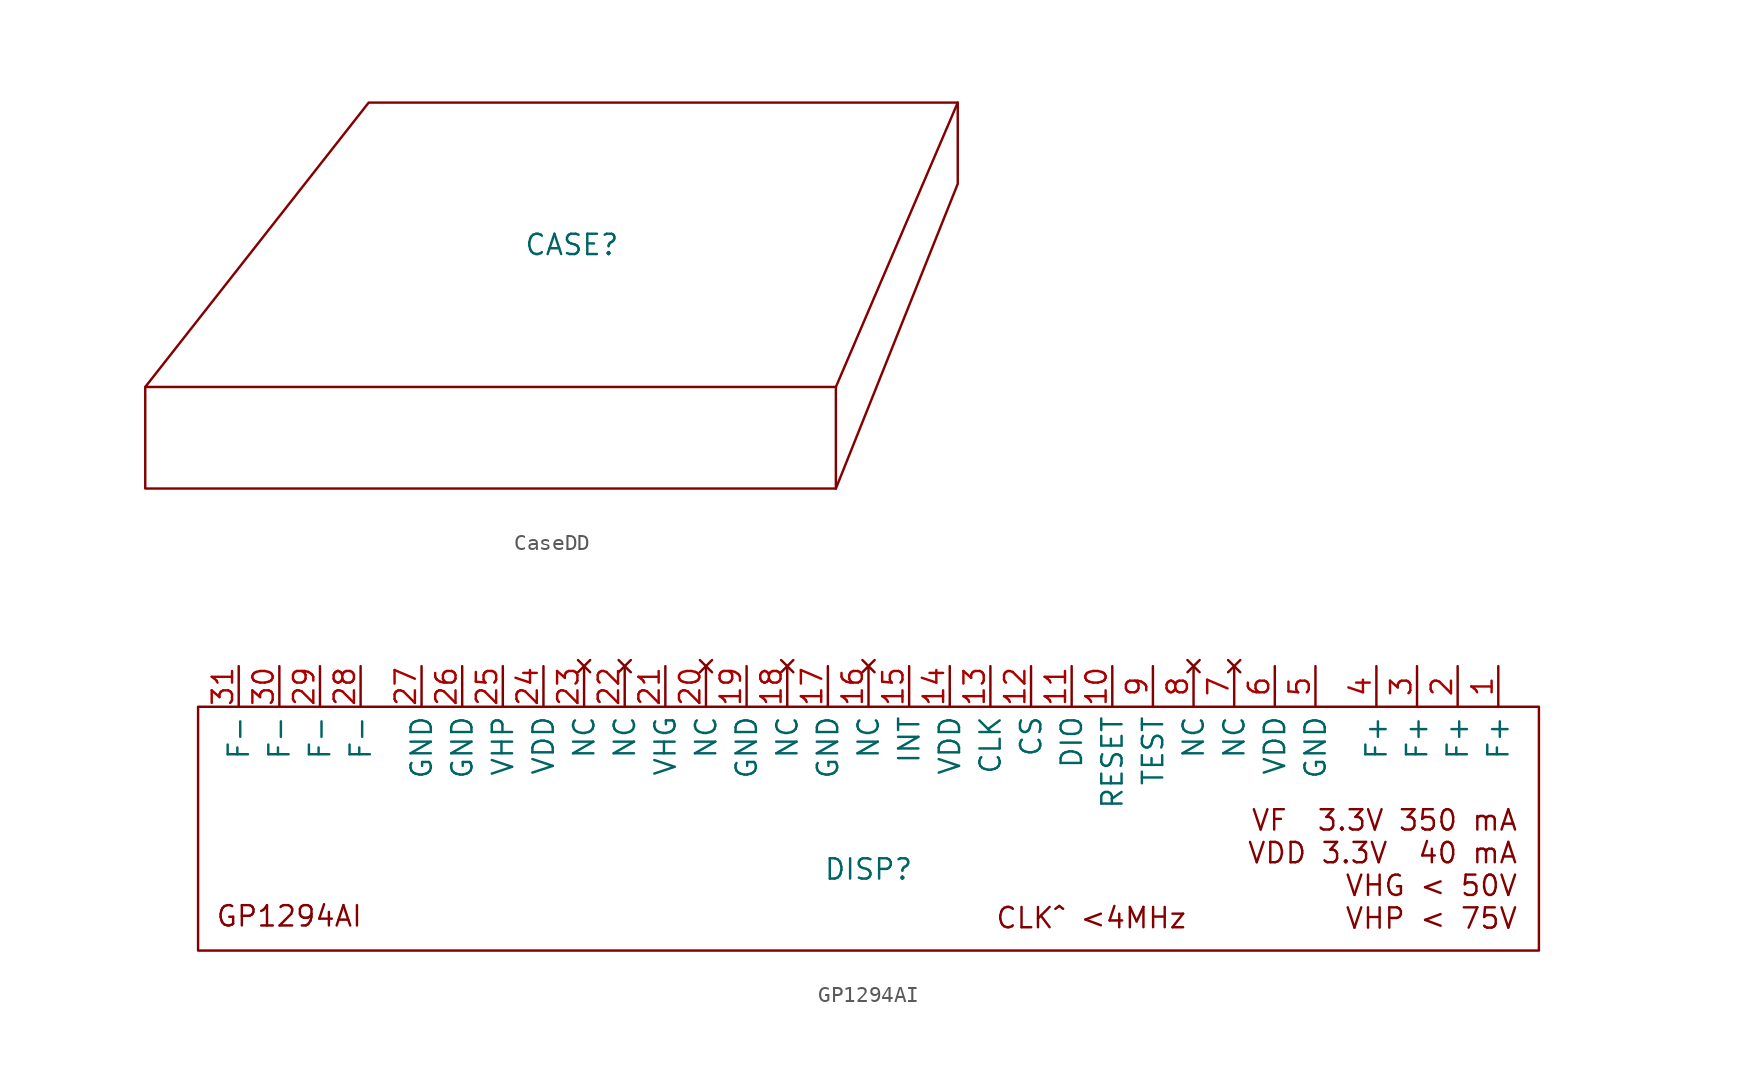
<source format=kicad_sym>
(kicad_symbol_lib
  (version 20220914)
  (generator kicad_symbol_editor)
  (symbol "CaseDD"
    (property "Reference" "CASE"
      (at 0 0 0)
      (effects (font (size 1.27 1.27))))
    (property "Value" ""
      (at -7.62 1.27 0)
      (effects (font (size 1.27 1.27))))
    (symbol "CaseDD_0_1"
      (polyline (pts (xy 16.51 -15.24) (xy 24.13 3.81) (xy 24.13 8.89)) (stroke (width 0) (type default)) (fill (type none)))
      (polyline (pts (xy -26.67 -8.89) (xy -26.67 -15.24) (xy 16.51 -15.24) (xy 16.51 -8.89)) (stroke (width 0) (type default)) (fill (type none)))
      (polyline (pts (xy -12.7 8.89) (xy -26.67 -8.89) (xy 16.51 -8.89) (xy 24.13 8.89) (xy -12.7 8.89)) (stroke (width 0) (type default)) (fill (type none)))))
  (symbol "GP1294AI"
    (property "Reference" "DISP"
      (at 0 -2.54 0)
      (effects (font (size 1.27 1.27))))
    (property "Value" ""
      (at 39.37 10.16 0)
      (effects (font (size 1.27 1.27))))
    (symbol "GP1294AI_0_1"
      (rectangle (start -41.91 7.62) (end 41.91 -7.62) (stroke (width 0) (type default)) (fill (type none))))
    (symbol "GP1294AI_1_1"
      (text "CLK^ <4MHz" (at 13.921 -5.581 0) (effects (font (size 1.27 1.27))))
      (text "GP1294AI" (at -31.575 -5.47 0) (effects (font (size 1.27 1.27)) (justify right)))
      (text "VF  3.3V 350 mA\nVDD 3.3V  40 mA\nVHG < 50V\nVHP < 75V" (at 40.64 -2.54 0) (effects (font (size 1.27 1.27)) (justify right)))
      (pin input line (at 39.37 10.16 270) (length 2.54) (name "F+" (effects (font (size 1.27 1.27)))) (number "1" (effects (font (size 1.27 1.27)))))
      (pin input line (at 15.24 10.16 270) (length 2.54) (name "RESET" (effects (font (size 1.27 1.27)))) (number "10" (effects (font (size 1.27 1.27)))))
      (pin bidirectional line (at 12.7 10.16 270) (length 2.54) (name "DIO" (effects (font (size 1.27 1.27)))) (number "11" (effects (font (size 1.27 1.27)))))
      (pin input line (at 10.16 10.16 270) (length 2.54) (name "CS" (effects (font (size 1.27 1.27)))) (number "12" (effects (font (size 1.27 1.27)))))
      (pin input line (at 7.62 10.16 270) (length 2.54) (name "CLK" (effects (font (size 1.27 1.27)))) (number "13" (effects (font (size 1.27 1.27)))))
      (pin power_in line (at 5.08 10.16 270) (length 2.54) (name "VDD" (effects (font (size 1.27 1.27)))) (number "14" (effects (font (size 1.27 1.27)))))
      (pin output line (at 2.54 10.16 270) (length 2.54) (name "INT" (effects (font (size 1.27 1.27)))) (number "15" (effects (font (size 1.27 1.27)))))
      (pin no_connect line (at 0 10.16 270) (length 2.54) (name "NC" (effects (font (size 1.27 1.27)))) (number "16" (effects (font (size 1.27 1.27)))))
      (pin input line (at -2.54 10.16 270) (length 2.54) (name "GND" (effects (font (size 1.27 1.27)))) (number "17" (effects (font (size 1.27 1.27)))))
      (pin no_connect line (at -5.08 10.16 270) (length 2.54) (name "NC" (effects (font (size 1.27 1.27)))) (number "18" (effects (font (size 1.27 1.27)))))
      (pin input line (at -7.62 10.16 270) (length 2.54) (name "GND" (effects (font (size 1.27 1.27)))) (number "19" (effects (font (size 1.27 1.27)))))
      (pin input line (at 36.83 10.16 270) (length 2.54) (name "F+" (effects (font (size 1.27 1.27)))) (number "2" (effects (font (size 1.27 1.27)))))
      (pin no_connect line (at -10.16 10.16 270) (length 2.54) (name "NC" (effects (font (size 1.27 1.27)))) (number "20" (effects (font (size 1.27 1.27)))))
      (pin input line (at -12.7 10.16 270) (length 2.54) (name "VHG" (effects (font (size 1.27 1.27)))) (number "21" (effects (font (size 1.27 1.27)))))
      (pin no_connect line (at -15.24 10.16 270) (length 2.54) (name "NC" (effects (font (size 1.27 1.27)))) (number "22" (effects (font (size 1.27 1.27)))))
      (pin no_connect line (at -17.78 10.16 270) (length 2.54) (name "NC" (effects (font (size 1.27 1.27)))) (number "23" (effects (font (size 1.27 1.27)))))
      (pin power_in line (at -20.32 10.16 270) (length 2.54) (name "VDD" (effects (font (size 1.27 1.27)))) (number "24" (effects (font (size 1.27 1.27)))))
      (pin power_in line (at -22.86 10.16 270) (length 2.54) (name "VHP" (effects (font (size 1.27 1.27)))) (number "25" (effects (font (size 1.27 1.27)))))
      (pin input line (at -25.4 10.16 270) (length 2.54) (name "GND" (effects (font (size 1.27 1.27)))) (number "26" (effects (font (size 1.27 1.27)))))
      (pin input line (at -27.94 10.16 270) (length 2.54) (name "GND" (effects (font (size 1.27 1.27)))) (number "27" (effects (font (size 1.27 1.27)))))
      (pin input line (at -31.75 10.16 270) (length 2.54) (name "F-" (effects (font (size 1.27 1.27)))) (number "28" (effects (font (size 1.27 1.27)))))
      (pin input line (at -34.29 10.16 270) (length 2.54) (name "F-" (effects (font (size 1.27 1.27)))) (number "29" (effects (font (size 1.27 1.27)))))
      (pin input line (at 34.29 10.16 270) (length 2.54) (name "F+" (effects (font (size 1.27 1.27)))) (number "3" (effects (font (size 1.27 1.27)))))
      (pin input line (at -36.83 10.16 270) (length 2.54) (name "F-" (effects (font (size 1.27 1.27)))) (number "30" (effects (font (size 1.27 1.27)))))
      (pin input line (at -39.37 10.16 270) (length 2.54) (name "F-" (effects (font (size 1.27 1.27)))) (number "31" (effects (font (size 1.27 1.27)))))
      (pin input line (at 31.75 10.16 270) (length 2.54) (name "F+" (effects (font (size 1.27 1.27)))) (number "4" (effects (font (size 1.27 1.27)))))
      (pin input line (at 27.94 10.16 270) (length 2.54) (name "GND" (effects (font (size 1.27 1.27)))) (number "5" (effects (font (size 1.27 1.27)))))
      (pin power_in line (at 25.4 10.16 270) (length 2.54) (name "VDD" (effects (font (size 1.27 1.27)))) (number "6" (effects (font (size 1.27 1.27)))))
      (pin no_connect line (at 22.86 10.16 270) (length 2.54) (name "NC" (effects (font (size 1.27 1.27)))) (number "7" (effects (font (size 1.27 1.27)))))
      (pin no_connect line (at 20.32 10.16 270) (length 2.54) (name "NC" (effects (font (size 1.27 1.27)))) (number "8" (effects (font (size 1.27 1.27)))))
      (pin input line (at 17.78 10.16 270) (length 2.54) (name "TEST" (effects (font (size 1.27 1.27)))) (number "9" (effects (font (size 1.27 1.27))))))))
</source>
